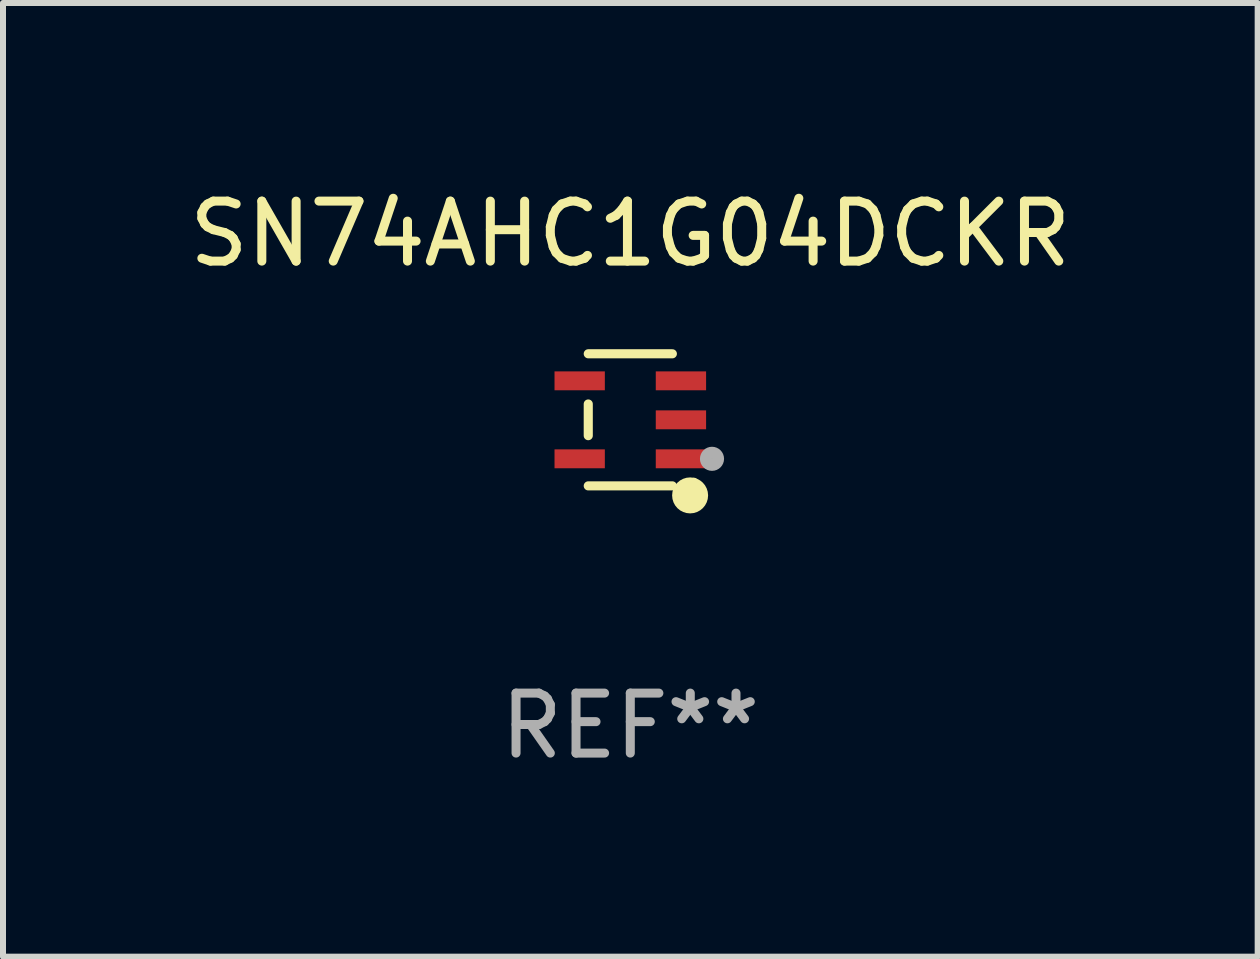
<source format=kicad_pcb>
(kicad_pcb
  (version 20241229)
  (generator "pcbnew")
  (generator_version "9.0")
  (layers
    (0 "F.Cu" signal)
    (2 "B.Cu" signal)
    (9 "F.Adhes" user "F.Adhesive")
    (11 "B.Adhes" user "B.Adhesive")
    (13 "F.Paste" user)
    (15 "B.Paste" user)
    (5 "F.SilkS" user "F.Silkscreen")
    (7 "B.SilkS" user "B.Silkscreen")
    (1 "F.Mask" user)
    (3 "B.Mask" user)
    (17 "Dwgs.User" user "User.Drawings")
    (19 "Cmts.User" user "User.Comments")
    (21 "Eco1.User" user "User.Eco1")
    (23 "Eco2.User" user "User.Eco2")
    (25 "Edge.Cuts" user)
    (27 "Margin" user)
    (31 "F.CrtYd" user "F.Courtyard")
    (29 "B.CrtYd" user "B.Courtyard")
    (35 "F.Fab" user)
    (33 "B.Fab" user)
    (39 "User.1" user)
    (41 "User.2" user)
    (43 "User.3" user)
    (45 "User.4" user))
  (footprint "SN74AHC1G04DCKR"
    (layer "F.Cu")
    (at 7.458 3.949)
    (property "Reference" "SN74AHC1G04DCKR" (at 0 -3.101 0) (layer "F.SilkS") (effects (font (size 1 1) (thickness 0.15))))
    (attr through_hole)
    (fp_line (start -0.701 -0.264) (end -0.701 0.264) (stroke (width 0.152) (type solid)) (layer "F.SilkS"))
    (fp_line (start 0.701 -1.101) (end -0.701 -1.101) (stroke (width 0.152) (type solid)) (layer "F.SilkS"))
    (fp_line (start 0.701 1.101) (end -0.701 1.101) (stroke (width 0.152) (type solid)) (layer "F.SilkS"))
    (fp_circle (center 0.997 1.26) (end 1.147 1.26) (stroke (width 0.3) (type solid)) (fill no) (layer "F.SilkS"))
    (fp_circle (center 1.063 1.025) (end 1.093 1.025) (stroke (width 0.06) (type solid)) (fill no) (layer "F.SilkS"))
    (fp_circle (center 1.362 0.65) (end 1.463 0.65) (stroke (width 0.2) (type solid)) (fill no) (layer "F.Fab"))
    (fp_text user "REF**" (at 0 5.101 0) (layer "F.Fab") (effects (font (size 1 1) (thickness 0.15))))
    (pad "1" smd rect (at 0.844 0.65) (size 0.839 0.315) (layers "F.Cu" "F.Mask" "F.Paste"))
    (pad "2" smd rect (at 0.844 0) (size 0.839 0.315) (layers "F.Cu" "F.Mask" "F.Paste"))
    (pad "3" smd rect (at 0.844 -0.65) (size 0.839 0.315) (layers "F.Cu" "F.Mask" "F.Paste"))
    (pad "4" smd rect (at -0.844 -0.65) (size 0.839 0.315) (layers "F.Cu" "F.Mask" "F.Paste"))
    (pad "5" smd rect (at -0.844 0.65) (size 0.839 0.315) (layers "F.Cu" "F.Mask" "F.Paste")))
  (gr_rect
    (start -3 -3)
    (end 17.917 12.899)
    (stroke (width 0.1) (type default))
    (fill no)
    (layer "Edge.Cuts")))
</source>
